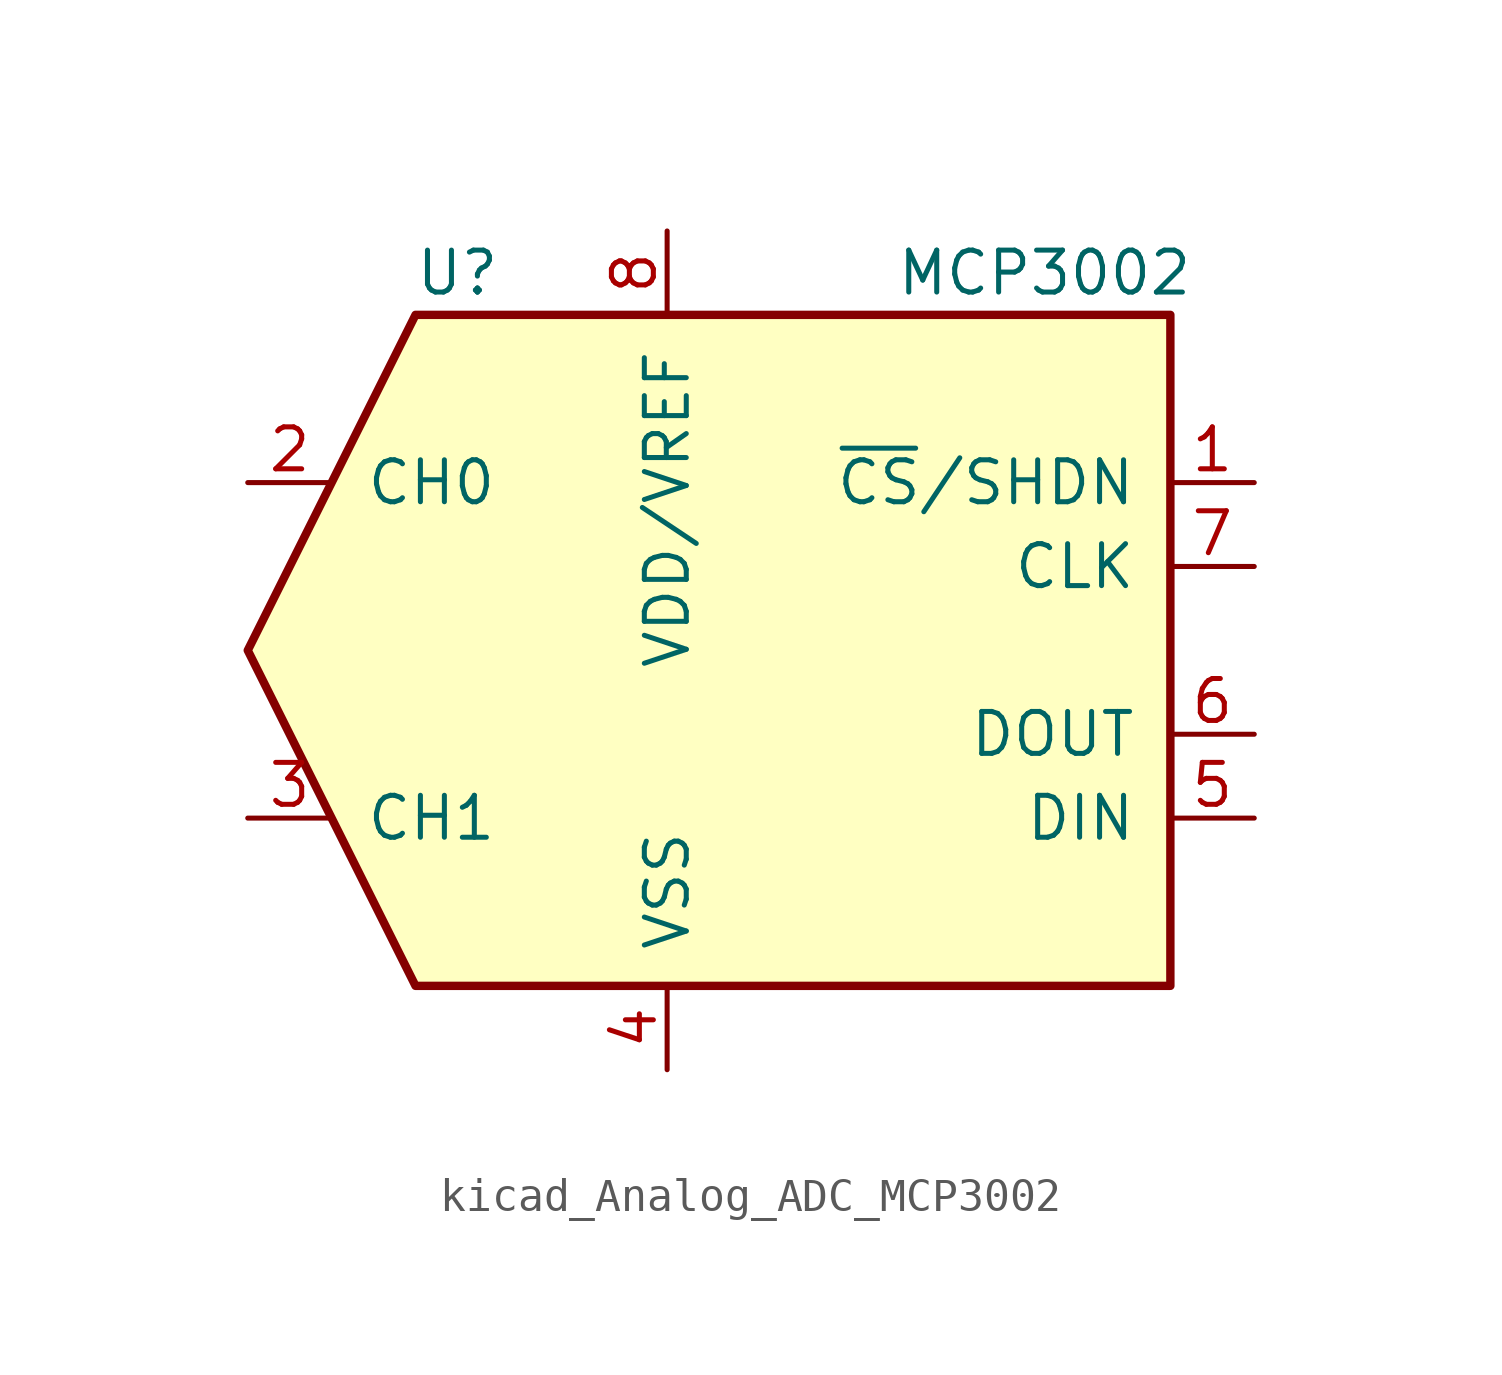
<source format=kicad_sym>
(kicad_symbol_lib
  (version 20220914)
  (generator kicad_symbol_editor)
  (symbol "kicad_Analog_ADC_MCP3002"
    (pin_names
      (offset 1.016))
    (property "Reference" "U"
      (at -6.35 11.43 0)
      (effects (font (size 1.27 1.27))))
    (property "Value" "MCP3002"
      (at 11.43 11.43 0)
      (effects (font (size 1.27 1.27))))
    (symbol "kicad_Analog_ADC_MCP3002_0_1"
      (polyline (pts (xy 15.24 10.16) (xy -7.62 10.16) (xy -12.7 0) (xy -7.62 -10.16) (xy 15.24 -10.16) (xy 15.24 10.16)) (stroke (width 0.254) (type default)) (fill (type background))))
    (symbol "kicad_Analog_ADC_MCP3002_1_1"
      (pin input line (at 17.78 5.08 180) (length 2.54) (name "~{CS}/SHDN" (effects (font (size 1.27 1.27)))) (number "1" (effects (font (size 1.27 1.27)))))
      (pin passive line (at -12.7 5.08 0) (length 2.54) (name "CH0" (effects (font (size 1.27 1.27)))) (number "2" (effects (font (size 1.27 1.27)))))
      (pin passive line (at -12.7 -5.08 0) (length 2.54) (name "CH1" (effects (font (size 1.27 1.27)))) (number "3" (effects (font (size 1.27 1.27)))))
      (pin power_in line (at 0 -12.7 90) (length 2.54) (name "VSS" (effects (font (size 1.27 1.27)))) (number "4" (effects (font (size 1.27 1.27)))))
      (pin input line (at 17.78 -5.08 180) (length 2.54) (name "DIN" (effects (font (size 1.27 1.27)))) (number "5" (effects (font (size 1.27 1.27)))))
      (pin output line (at 17.78 -2.54 180) (length 2.54) (name "DOUT" (effects (font (size 1.27 1.27)))) (number "6" (effects (font (size 1.27 1.27)))))
      (pin input line (at 17.78 2.54 180) (length 2.54) (name "CLK" (effects (font (size 1.27 1.27)))) (number "7" (effects (font (size 1.27 1.27)))))
      (pin power_in line (at 0 12.7 270) (length 2.54) (name "VDD/VREF" (effects (font (size 1.27 1.27)))) (number "8" (effects (font (size 1.27 1.27))))))))
</source>
